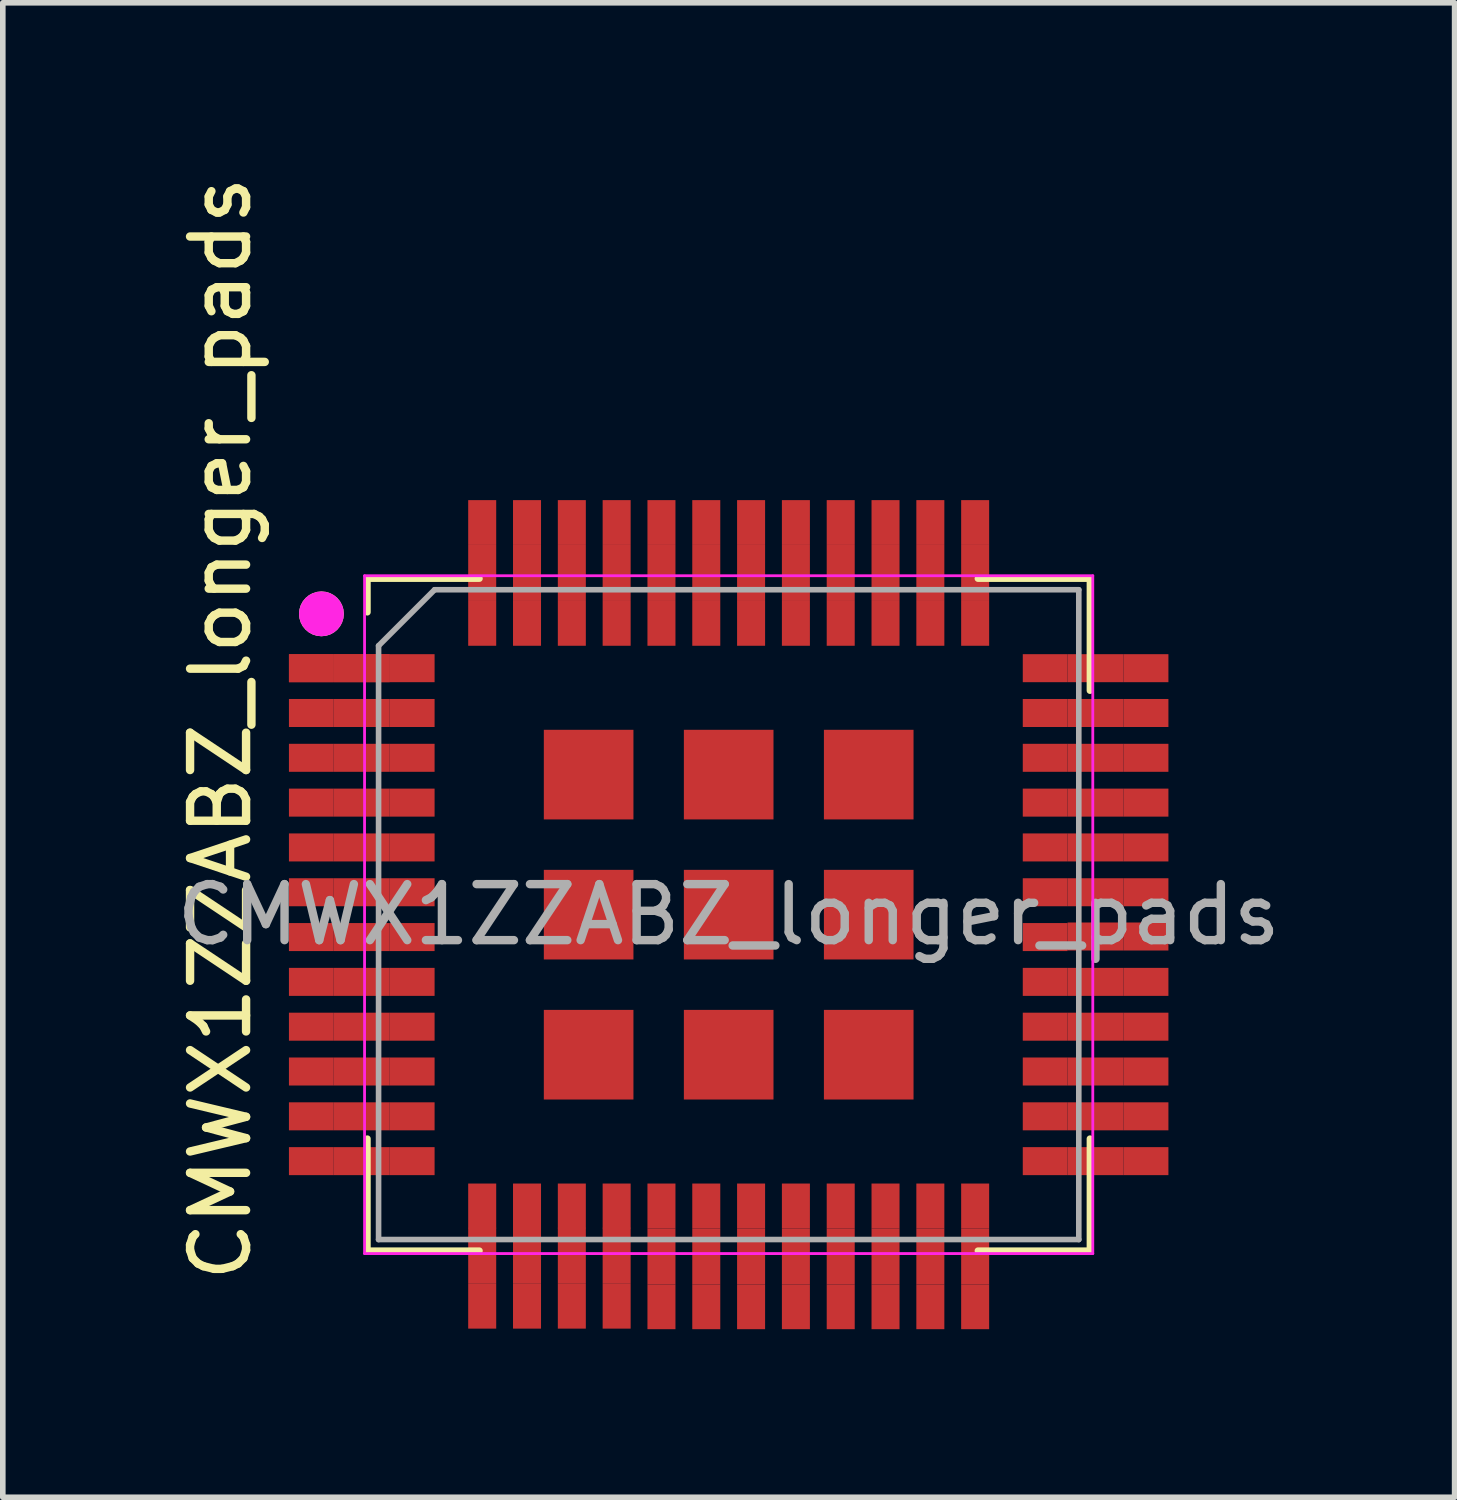
<source format=kicad_pcb>
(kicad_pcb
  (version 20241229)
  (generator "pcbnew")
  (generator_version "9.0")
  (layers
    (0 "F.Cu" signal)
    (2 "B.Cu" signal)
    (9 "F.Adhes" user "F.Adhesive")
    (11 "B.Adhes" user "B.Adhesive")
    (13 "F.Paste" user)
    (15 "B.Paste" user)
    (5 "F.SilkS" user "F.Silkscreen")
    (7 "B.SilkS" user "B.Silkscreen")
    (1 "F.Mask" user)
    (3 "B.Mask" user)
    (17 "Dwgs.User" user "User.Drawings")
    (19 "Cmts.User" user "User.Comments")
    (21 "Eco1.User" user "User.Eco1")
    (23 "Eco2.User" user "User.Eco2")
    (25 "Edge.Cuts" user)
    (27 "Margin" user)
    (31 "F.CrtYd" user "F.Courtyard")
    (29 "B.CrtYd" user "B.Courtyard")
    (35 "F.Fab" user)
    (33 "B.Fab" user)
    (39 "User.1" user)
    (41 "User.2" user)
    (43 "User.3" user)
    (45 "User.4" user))
  (footprint "CMWX1ZZABZ_longer_pads"
    (layer "F.Cu")
    (at 9.958 13.278)
    (property "Reference" "CMWX1ZZABZ_longer_pads" (at -9.07 -3.32 270) (layer "F.SilkS") (effects (font (size 1 1) (thickness 0.15))))
    (attr smd)
    (fp_line (start -6.45 -6) (end -6.45 -5.4) (stroke (width 0.12) (type solid)) (layer "F.SilkS"))
    (fp_line (start -6.45 -6) (end -4.45 -6) (stroke (width 0.12) (type solid)) (layer "F.SilkS"))
    (fp_line (start -6.45 4) (end -6.45 6) (stroke (width 0.12) (type solid)) (layer "F.SilkS"))
    (fp_line (start -6.45 6) (end -4.45 6) (stroke (width 0.12) (type solid)) (layer "F.SilkS"))
    (fp_line (start 4.45 -6) (end 6.45 -6) (stroke (width 0.12) (type solid)) (layer "F.SilkS"))
    (fp_line (start 4.45 6) (end 6.45 6) (stroke (width 0.12) (type solid)) (layer "F.SilkS"))
    (fp_line (start 6.45 -6) (end 6.45 -4) (stroke (width 0.12) (type solid)) (layer "F.SilkS"))
    (fp_line (start 6.45 4) (end 6.45 6) (stroke (width 0.12) (type solid)) (layer "F.SilkS"))
    (fp_circle (center -7.27 -5.37) (end -7.07 -5.37) (stroke (width 0.4) (type solid)) (fill no) (layer "F.SilkS"))
    (fp_line (start -6.5 -6.05) (end 6.5 -6.05) (stroke (width 0.05) (type solid)) (layer "F.CrtYd"))
    (fp_line (start -6.5 6.05) (end -6.5 -6.05) (stroke (width 0.05) (type solid)) (layer "F.CrtYd"))
    (fp_line (start -6.5 6.05) (end 6.5 6.05) (stroke (width 0.05) (type solid)) (layer "F.CrtYd"))
    (fp_line (start 6.5 -6.05) (end 6.5 6.05) (stroke (width 0.05) (type solid)) (layer "F.CrtYd"))
    (fp_circle (center -7.27 -5.37) (end -7.07 -5.37) (stroke (width 0.4) (type solid)) (fill no) (layer "F.CrtYd"))
    (fp_line (start -6.25 -4.8) (end -6.25 5.8) (stroke (width 0.1) (type solid)) (layer "F.Fab"))
    (fp_line (start -6.25 5.8) (end 6.25 5.8) (stroke (width 0.1) (type solid)) (layer "F.Fab"))
    (fp_line (start -5.25 -5.8) (end -6.25 -4.8) (stroke (width 0.1) (type solid)) (layer "F.Fab"))
    (fp_line (start -5.25 -5.8) (end 6.25 -5.8) (stroke (width 0.1) (type solid)) (layer "F.Fab"))
    (fp_line (start 6.25 -5.8) (end 6.25 5.8) (stroke (width 0.1) (type solid)) (layer "F.Fab"))
    (fp_text user "${REFERENCE}" (at 0 0 0) (layer "F.Fab") (effects (font (size 1 1) (thickness 0.15))))
    (pad "1" smd rect (at -7.45 -4.4) (size 0.8 0.5) (layers "F.Cu" "F.Mask" "F.Paste"))
    (pad "1" smd rect (at -7.45 -4.4) (size 0.8 0.5) (layers "F.Cu" "F.Mask" "F.Paste"))
    (pad "1" connect rect (at -6.55 -4.4) (size 1 0.5) (layers "F.Cu"))
    (pad "1" connect rect (at -6.55 -4.4) (size 1 0.5) (layers "F.Cu"))
    (pad "1" smd rect (at -5.65 -4.4) (size 0.8 0.5) (layers "F.Cu" "F.Mask" "F.Paste"))
    (pad "2" smd rect (at -7.45 -3.6) (size 0.8 0.5) (layers "F.Cu" "F.Mask" "F.Paste"))
    (pad "2" connect rect (at -6.55 -3.6) (size 1 0.5) (layers "F.Cu"))
    (pad "2" smd rect (at -5.65 -3.6) (size 0.8 0.5) (layers "F.Cu" "F.Mask" "F.Paste"))
    (pad "3" smd rect (at -7.45 -2.8) (size 0.8 0.5) (layers "F.Cu" "F.Mask" "F.Paste"))
    (pad "3" connect rect (at -6.55 -2.8) (size 1 0.5) (layers "F.Cu"))
    (pad "3" smd rect (at -5.65 -2.8) (size 0.8 0.5) (layers "F.Cu" "F.Mask" "F.Paste"))
    (pad "4" smd rect (at -7.45 -2) (size 0.8 0.5) (layers "F.Cu" "F.Mask" "F.Paste"))
    (pad "4" connect rect (at -6.55 -2) (size 1 0.5) (layers "F.Cu"))
    (pad "4" smd rect (at -5.65 -2) (size 0.8 0.5) (layers "F.Cu" "F.Mask" "F.Paste"))
    (pad "5" smd rect (at -7.45 -1.2) (size 0.8 0.5) (layers "F.Cu" "F.Mask" "F.Paste"))
    (pad "5" connect rect (at -6.55 -1.2) (size 1 0.5) (layers "F.Cu"))
    (pad "5" smd rect (at -5.65 -1.2) (size 0.8 0.5) (layers "F.Cu" "F.Mask" "F.Paste"))
    (pad "6" smd rect (at -7.45 -0.4) (size 0.8 0.5) (layers "F.Cu" "F.Mask" "F.Paste"))
    (pad "6" connect rect (at -6.55 -0.4) (size 1 0.5) (layers "F.Cu"))
    (pad "6" smd rect (at -5.65 -0.4) (size 0.8 0.5) (layers "F.Cu" "F.Mask" "F.Paste"))
    (pad "7" smd rect (at -7.45 0.4) (size 0.8 0.5) (layers "F.Cu" "F.Mask" "F.Paste"))
    (pad "7" connect rect (at -6.55 0.4) (size 1 0.5) (layers "F.Cu"))
    (pad "7" smd rect (at -5.65 0.4) (size 0.8 0.5) (layers "F.Cu" "F.Mask" "F.Paste"))
    (pad "8" smd rect (at -7.45 1.2) (size 0.8 0.5) (layers "F.Cu" "F.Mask" "F.Paste"))
    (pad "8" connect rect (at -6.55 1.2) (size 1 0.5) (layers "F.Cu"))
    (pad "8" smd rect (at -5.65 1.2) (size 0.8 0.5) (layers "F.Cu" "F.Mask" "F.Paste"))
    (pad "9" smd rect (at -7.45 2) (size 0.8 0.5) (layers "F.Cu" "F.Mask" "F.Paste"))
    (pad "9" connect rect (at -6.55 2) (size 1 0.5) (layers "F.Cu"))
    (pad "9" smd rect (at -5.65 2) (size 0.8 0.5) (layers "F.Cu" "F.Mask" "F.Paste"))
    (pad "10" smd rect (at -7.45 2.8) (size 0.8 0.5) (layers "F.Cu" "F.Mask" "F.Paste"))
    (pad "10" connect rect (at -6.55 2.8) (size 1 0.5) (layers "F.Cu"))
    (pad "10" smd rect (at -5.65 2.8) (size 0.8 0.5) (layers "F.Cu" "F.Mask" "F.Paste"))
    (pad "11" smd rect (at -7.45 3.6) (size 0.8 0.5) (layers "F.Cu" "F.Mask" "F.Paste"))
    (pad "11" connect rect (at -6.55 3.6) (size 1 0.5) (layers "F.Cu"))
    (pad "11" smd rect (at -5.65 3.6) (size 0.8 0.5) (layers "F.Cu" "F.Mask" "F.Paste"))
    (pad "12" smd rect (at -7.45 4.4) (size 0.8 0.5) (layers "F.Cu" "F.Mask" "F.Paste"))
    (pad "12" connect rect (at -6.55 4.4) (size 1 0.5) (layers "F.Cu"))
    (pad "12" smd rect (at -5.65 4.4) (size 0.8 0.5) (layers "F.Cu" "F.Mask" "F.Paste"))
    (pad "13" smd rect (at -4.4 5.2 90) (size 0.8 0.5) (layers "F.Cu" "F.Mask" "F.Paste"))
    (pad "13" connect rect (at -4.4 6.09 90) (size 1 0.5) (layers "F.Cu"))
    (pad "13" smd rect (at -4.4 6.99 90) (size 0.8 0.5) (layers "F.Cu" "F.Mask" "F.Paste"))
    (pad "14" smd rect (at -3.6 5.2 90) (size 0.8 0.5) (layers "F.Cu" "F.Mask" "F.Paste"))
    (pad "14" connect rect (at -3.6 6.09 90) (size 1 0.5) (layers "F.Cu"))
    (pad "14" smd rect (at -3.6 6.99 90) (size 0.8 0.5) (layers "F.Cu" "F.Mask" "F.Paste"))
    (pad "15" smd rect (at -2.8 5.2 90) (size 0.8 0.5) (layers "F.Cu" "F.Mask" "F.Paste"))
    (pad "15" connect rect (at -2.8 6.09 90) (size 1 0.5) (layers "F.Cu"))
    (pad "15" smd rect (at -2.8 6.99 90) (size 0.8 0.5) (layers "F.Cu" "F.Mask" "F.Paste"))
    (pad "16" smd rect (at -2 5.2 90) (size 0.8 0.5) (layers "F.Cu" "F.Mask" "F.Paste"))
    (pad "16" connect rect (at -2 6.09 90) (size 1 0.5) (layers "F.Cu"))
    (pad "16" smd rect (at -2 6.99 90) (size 0.8 0.5) (layers "F.Cu" "F.Mask" "F.Paste"))
    (pad "17" smd rect (at -1.2 5.2 90) (size 0.8 0.5) (layers "F.Cu" "F.Mask" "F.Paste"))
    (pad "17" connect rect (at -1.2 6.1 90) (size 1 0.5) (layers "F.Cu"))
    (pad "17" smd rect (at -1.2 7 90) (size 0.8 0.5) (layers "F.Cu" "F.Mask" "F.Paste"))
    (pad "18" smd rect (at -0.4 5.2 90) (size 0.8 0.5) (layers "F.Cu" "F.Mask" "F.Paste"))
    (pad "18" connect rect (at -0.4 6.1 90) (size 1 0.5) (layers "F.Cu"))
    (pad "18" smd rect (at -0.4 7 90) (size 0.8 0.5) (layers "F.Cu" "F.Mask" "F.Paste"))
    (pad "19" smd rect (at 0.4 5.2 90) (size 0.8 0.5) (layers "F.Cu" "F.Mask" "F.Paste"))
    (pad "19" connect rect (at 0.4 6.1 90) (size 1 0.5) (layers "F.Cu"))
    (pad "19" smd rect (at 0.4 7 90) (size 0.8 0.5) (layers "F.Cu" "F.Mask" "F.Paste"))
    (pad "20" smd rect (at 1.2 5.2 270) (size 0.8 0.5) (layers "F.Cu" "F.Mask" "F.Paste"))
    (pad "20" connect rect (at 1.2 6.1 90) (size 1 0.5) (layers "F.Cu"))
    (pad "20" smd rect (at 1.2 7 90) (size 0.8 0.5) (layers "F.Cu" "F.Mask" "F.Paste"))
    (pad "21" smd rect (at 2 5.2 270) (size 0.8 0.5) (layers "F.Cu" "F.Mask" "F.Paste"))
    (pad "21" connect rect (at 2 6.1 90) (size 1 0.5) (layers "F.Cu"))
    (pad "21" smd rect (at 2 7 90) (size 0.8 0.5) (layers "F.Cu" "F.Mask" "F.Paste"))
    (pad "22" smd rect (at 2.8 5.2 270) (size 0.8 0.5) (layers "F.Cu" "F.Mask" "F.Paste"))
    (pad "22" connect rect (at 2.8 6.1 90) (size 1 0.5) (layers "F.Cu"))
    (pad "22" smd rect (at 2.8 7 90) (size 0.8 0.5) (layers "F.Cu" "F.Mask" "F.Paste"))
    (pad "23" smd rect (at 3.6 5.2 270) (size 0.8 0.5) (layers "F.Cu" "F.Mask" "F.Paste"))
    (pad "23" connect rect (at 3.6 6.1 90) (size 1 0.5) (layers "F.Cu"))
    (pad "23" smd rect (at 3.6 7 90) (size 0.8 0.5) (layers "F.Cu" "F.Mask" "F.Paste"))
    (pad "24" smd rect (at 4.4 5.2 270) (size 0.8 0.5) (layers "F.Cu" "F.Mask" "F.Paste"))
    (pad "24" connect rect (at 4.4 6.1 90) (size 1 0.5) (layers "F.Cu"))
    (pad "24" smd rect (at 4.4 7 90) (size 0.8 0.5) (layers "F.Cu" "F.Mask" "F.Paste"))
    (pad "25" smd rect (at 5.65 4.4) (size 0.8 0.5) (layers "F.Cu" "F.Mask" "F.Paste"))
    (pad "25" connect rect (at 6.55 4.4 180) (size 1 0.5) (layers "F.Cu"))
    (pad "25" smd rect (at 7.45 4.4 180) (size 0.8 0.5) (layers "F.Cu" "F.Mask" "F.Paste"))
    (pad "26" smd rect (at 5.65 3.6) (size 0.8 0.5) (layers "F.Cu" "F.Mask" "F.Paste"))
    (pad "26" connect rect (at 6.55 3.6 180) (size 1 0.5) (layers "F.Cu"))
    (pad "26" smd rect (at 7.45 3.6 180) (size 0.8 0.5) (layers "F.Cu" "F.Mask" "F.Paste"))
    (pad "27" smd rect (at 5.65 2.8) (size 0.8 0.5) (layers "F.Cu" "F.Mask" "F.Paste"))
    (pad "27" connect rect (at 6.55 2.8 180) (size 1 0.5) (layers "F.Cu"))
    (pad "27" smd rect (at 7.45 2.8 180) (size 0.8 0.5) (layers "F.Cu" "F.Mask" "F.Paste"))
    (pad "28" smd rect (at 5.65 2) (size 0.8 0.5) (layers "F.Cu" "F.Mask" "F.Paste"))
    (pad "28" connect rect (at 6.55 2 180) (size 1 0.5) (layers "F.Cu"))
    (pad "28" smd rect (at 7.45 2 180) (size 0.8 0.5) (layers "F.Cu" "F.Mask" "F.Paste"))
    (pad "29" smd rect (at 5.65 1.2) (size 0.8 0.5) (layers "F.Cu" "F.Mask" "F.Paste"))
    (pad "29" connect rect (at 6.55 1.2 180) (size 1 0.5) (layers "F.Cu"))
    (pad "29" smd rect (at 7.45 1.2 180) (size 0.8 0.5) (layers "F.Cu" "F.Mask" "F.Paste"))
    (pad "30" smd rect (at 5.65 0.4) (size 0.8 0.5) (layers "F.Cu" "F.Mask" "F.Paste"))
    (pad "30" connect rect (at 6.55 0.39 180) (size 1 0.5) (layers "F.Cu"))
    (pad "30" smd rect (at 7.45 0.39 180) (size 0.8 0.5) (layers "F.Cu" "F.Mask" "F.Paste"))
    (pad "31" smd rect (at 5.65 -0.4) (size 0.8 0.5) (layers "F.Cu" "F.Mask" "F.Paste"))
    (pad "31" connect rect (at 6.55 -0.4 180) (size 1 0.5) (layers "F.Cu"))
    (pad "31" smd rect (at 7.45 -0.4 180) (size 0.8 0.5) (layers "F.Cu" "F.Mask" "F.Paste"))
    (pad "32" smd rect (at 5.65 -1.2) (size 0.8 0.5) (layers "F.Cu" "F.Mask" "F.Paste"))
    (pad "32" connect rect (at 6.55 -1.2 180) (size 1 0.5) (layers "F.Cu"))
    (pad "32" smd rect (at 7.45 -1.2 180) (size 0.8 0.5) (layers "F.Cu" "F.Mask" "F.Paste"))
    (pad "33" smd rect (at 5.65 -2) (size 0.8 0.5) (layers "F.Cu" "F.Mask" "F.Paste"))
    (pad "33" connect rect (at 6.55 -2 180) (size 1 0.5) (layers "F.Cu"))
    (pad "33" smd rect (at 7.45 -2 180) (size 0.8 0.5) (layers "F.Cu" "F.Mask" "F.Paste"))
    (pad "34" smd rect (at 5.65 -2.8) (size 0.8 0.5) (layers "F.Cu" "F.Mask" "F.Paste"))
    (pad "34" connect rect (at 6.55 -2.8 180) (size 1 0.5) (layers "F.Cu"))
    (pad "34" smd rect (at 7.45 -2.8 180) (size 0.8 0.5) (layers "F.Cu" "F.Mask" "F.Paste"))
    (pad "35" smd rect (at 5.65 -3.6) (size 0.8 0.5) (layers "F.Cu" "F.Mask" "F.Paste"))
    (pad "35" connect rect (at 6.55 -3.6 180) (size 1 0.5) (layers "F.Cu"))
    (pad "35" smd rect (at 7.45 -3.6 180) (size 0.8 0.5) (layers "F.Cu" "F.Mask" "F.Paste"))
    (pad "36" smd rect (at 5.65 -4.4) (size 0.8 0.5) (layers "F.Cu" "F.Mask" "F.Paste"))
    (pad "36" connect rect (at 6.55 -4.4 180) (size 1 0.5) (layers "F.Cu"))
    (pad "36" smd rect (at 7.45 -4.4 180) (size 0.8 0.5) (layers "F.Cu" "F.Mask" "F.Paste"))
    (pad "37" smd rect (at 4.4 -7 270) (size 0.8 0.5) (layers "F.Cu" "F.Mask" "F.Paste"))
    (pad "37" connect rect (at 4.4 -6.1 270) (size 1 0.5) (layers "F.Cu"))
    (pad "37" smd rect (at 4.4 -5.2 90) (size 0.8 0.5) (layers "F.Cu" "F.Mask" "F.Paste"))
    (pad "38" smd rect (at 3.6 -7 270) (size 0.8 0.5) (layers "F.Cu" "F.Mask" "F.Paste"))
    (pad "38" connect rect (at 3.6 -6.1 270) (size 1 0.5) (layers "F.Cu"))
    (pad "38" smd rect (at 3.6 -5.2 90) (size 0.8 0.5) (layers "F.Cu" "F.Mask" "F.Paste"))
    (pad "39" smd rect (at 2.8 -7 270) (size 0.8 0.5) (layers "F.Cu" "F.Mask" "F.Paste"))
    (pad "39" connect rect (at 2.8 -6.1 270) (size 1 0.5) (layers "F.Cu"))
    (pad "39" smd rect (at 2.8 -5.2 90) (size 0.8 0.5) (layers "F.Cu" "F.Mask" "F.Paste"))
    (pad "40" smd rect (at 2 -7 270) (size 0.8 0.5) (layers "F.Cu" "F.Mask" "F.Paste"))
    (pad "40" connect rect (at 2 -6.1 270) (size 1 0.5) (layers "F.Cu"))
    (pad "40" smd rect (at 2 -5.2 90) (size 0.8 0.5) (layers "F.Cu" "F.Mask" "F.Paste"))
    (pad "41" smd rect (at 1.2 -7 270) (size 0.8 0.5) (layers "F.Cu" "F.Mask" "F.Paste"))
    (pad "41" connect rect (at 1.2 -6.1 270) (size 1 0.5) (layers "F.Cu"))
    (pad "41" smd rect (at 1.2 -5.2 90) (size 0.8 0.5) (layers "F.Cu" "F.Mask" "F.Paste"))
    (pad "42" smd rect (at 0.4 -7 270) (size 0.8 0.5) (layers "F.Cu" "F.Mask" "F.Paste"))
    (pad "42" connect rect (at 0.4 -6.1 270) (size 1 0.5) (layers "F.Cu"))
    (pad "42" smd rect (at 0.4 -5.2 90) (size 0.8 0.5) (layers "F.Cu" "F.Mask" "F.Paste"))
    (pad "43" smd rect (at -0.4 -7 270) (size 0.8 0.5) (layers "F.Cu" "F.Mask" "F.Paste"))
    (pad "43" connect rect (at -0.4 -6.1 270) (size 1 0.5) (layers "F.Cu"))
    (pad "43" smd rect (at -0.4 -5.2 90) (size 0.8 0.5) (layers "F.Cu" "F.Mask" "F.Paste"))
    (pad "44" smd rect (at -1.2 -7 270) (size 0.8 0.5) (layers "F.Cu" "F.Mask" "F.Paste"))
    (pad "44" connect rect (at -1.2 -6.1 270) (size 1 0.5) (layers "F.Cu"))
    (pad "44" smd rect (at -1.2 -5.2 90) (size 0.8 0.5) (layers "F.Cu" "F.Mask" "F.Paste"))
    (pad "45" smd rect (at -2 -7 270) (size 0.8 0.5) (layers "F.Cu" "F.Mask" "F.Paste"))
    (pad "45" connect rect (at -2 -6.1 270) (size 1 0.5) (layers "F.Cu"))
    (pad "45" smd rect (at -2 -5.2 90) (size 0.8 0.5) (layers "F.Cu" "F.Mask" "F.Paste"))
    (pad "46" smd rect (at -2.8 -7 270) (size 0.8 0.5) (layers "F.Cu" "F.Mask" "F.Paste"))
    (pad "46" connect rect (at -2.8 -6.1 270) (size 1 0.5) (layers "F.Cu"))
    (pad "46" smd rect (at -2.8 -5.2 90) (size 0.8 0.5) (layers "F.Cu" "F.Mask" "F.Paste"))
    (pad "47" smd rect (at -3.6 -7 270) (size 0.8 0.5) (layers "F.Cu" "F.Mask" "F.Paste"))
    (pad "47" connect rect (at -3.6 -6.1 270) (size 1 0.5) (layers "F.Cu"))
    (pad "47" smd rect (at -3.6 -5.2 90) (size 0.8 0.5) (layers "F.Cu" "F.Mask" "F.Paste"))
    (pad "48" smd rect (at -4.4 -7 270) (size 0.8 0.5) (layers "F.Cu" "F.Mask" "F.Paste"))
    (pad "48" connect rect (at -4.4 -6.1 270) (size 1 0.5) (layers "F.Cu"))
    (pad "48" smd rect (at -4.4 -5.2 90) (size 0.8 0.5) (layers "F.Cu" "F.Mask" "F.Paste"))
    (pad "49" smd rect (at -2.5 -2.5 90) (size 1.6 1.6) (layers "F.Cu" "F.Mask" "F.Paste"))
    (pad "50" smd rect (at 0 -2.5 90) (size 1.6 1.6) (layers "F.Cu" "F.Mask" "F.Paste"))
    (pad "51" smd rect (at 2.5 -2.5 90) (size 1.6 1.6) (layers "F.Cu" "F.Mask" "F.Paste"))
    (pad "52" smd rect (at -2.5 0 90) (size 1.6 1.6) (layers "F.Cu" "F.Mask" "F.Paste"))
    (pad "53" smd rect (at 0 0 90) (size 1.6 1.6) (layers "F.Cu" "F.Mask" "F.Paste"))
    (pad "54" smd rect (at 2.5 0 90) (size 1.6 1.6) (layers "F.Cu" "F.Mask" "F.Paste"))
    (pad "55" smd rect (at -2.5 2.5 90) (size 1.6 1.6) (layers "F.Cu" "F.Mask" "F.Paste"))
    (pad "56" smd rect (at 0 2.5 90) (size 1.6 1.6) (layers "F.Cu" "F.Mask" "F.Paste"))
    (pad "57" smd rect (at 2.5 2.5 90) (size 1.6 1.6) (layers "F.Cu" "F.Mask" "F.Paste")))
  (gr_rect
    (start -3 -3)
    (end 22.917 23.678)
    (stroke (width 0.1) (type default))
    (fill no)
    (layer "Edge.Cuts")))
</source>
